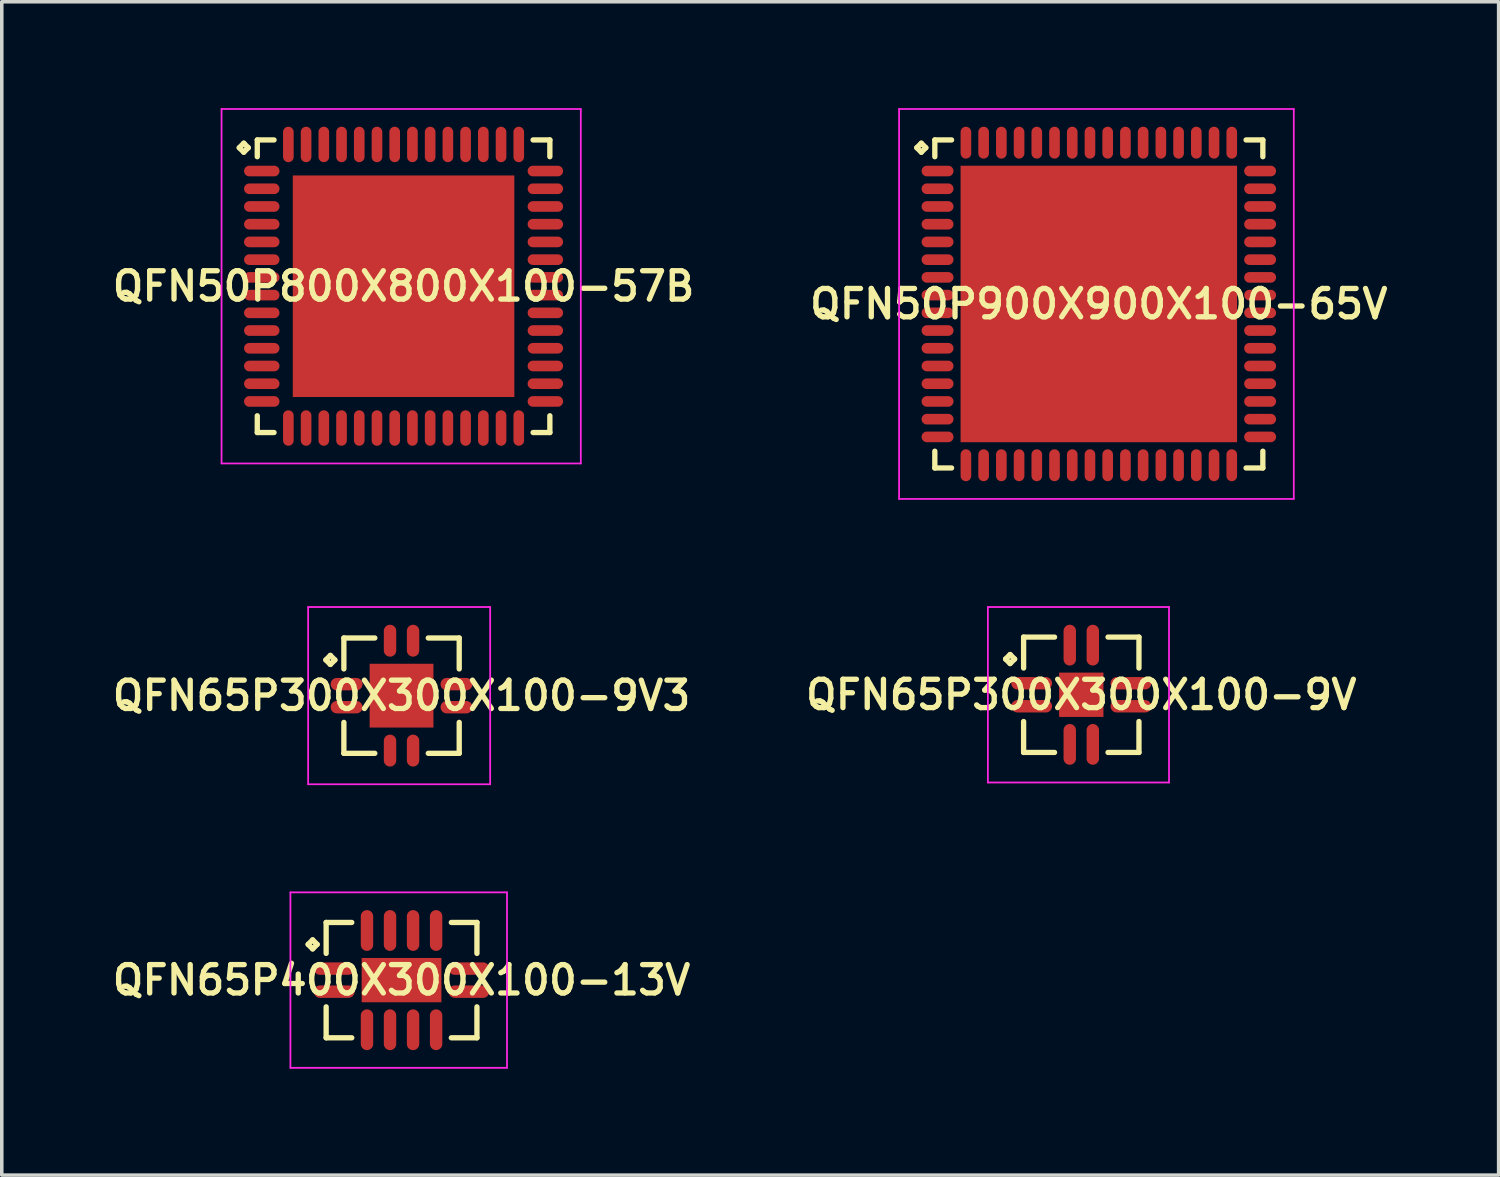
<source format=kicad_pcb>
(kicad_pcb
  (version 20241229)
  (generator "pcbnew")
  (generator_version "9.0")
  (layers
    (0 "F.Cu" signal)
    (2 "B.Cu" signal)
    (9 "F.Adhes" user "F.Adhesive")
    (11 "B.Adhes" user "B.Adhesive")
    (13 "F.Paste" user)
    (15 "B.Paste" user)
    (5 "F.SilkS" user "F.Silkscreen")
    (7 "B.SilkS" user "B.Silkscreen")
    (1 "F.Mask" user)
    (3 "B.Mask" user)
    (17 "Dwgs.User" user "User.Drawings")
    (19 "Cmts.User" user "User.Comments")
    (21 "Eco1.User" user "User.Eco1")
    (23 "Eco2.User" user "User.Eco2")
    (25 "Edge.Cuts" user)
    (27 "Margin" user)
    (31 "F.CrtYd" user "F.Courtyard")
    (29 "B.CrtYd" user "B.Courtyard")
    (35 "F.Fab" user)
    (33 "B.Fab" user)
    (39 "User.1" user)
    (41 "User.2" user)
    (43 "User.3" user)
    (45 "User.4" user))
  (footprint "QFN65P300X300X100-9V3"
    (layer "F.Cu")
    (at 8.278 16.575)
    (property "Reference" "QFN65P300X300X100-9V3" (at 0 0 0) (layer "F.SilkS") (effects (font (size 0.8 0.8) (thickness 0.15))))
    (attr smd)
    (fp_line (start -2.135 -1.008) (end -2.008 -1.135) (stroke (width 0.15) (type solid)) (layer "F.SilkS"))
    (fp_line (start -2.008 -1.135) (end -1.881 -1.008) (stroke (width 0.15) (type solid)) (layer "F.SilkS"))
    (fp_line (start -2.008 -0.881) (end -2.135 -1.008) (stroke (width 0.15) (type solid)) (layer "F.SilkS"))
    (fp_line (start -1.881 -1.008) (end -2.008 -0.881) (stroke (width 0.15) (type solid)) (layer "F.SilkS"))
    (fp_line (start -1.627 -1.627) (end -0.754 -1.627) (stroke (width 0.15) (type solid)) (layer "F.SilkS"))
    (fp_line (start -1.627 -0.754) (end -1.627 -1.627) (stroke (width 0.15) (type solid)) (layer "F.SilkS"))
    (fp_line (start -1.627 0.754) (end -1.627 1.627) (stroke (width 0.15) (type solid)) (layer "F.SilkS"))
    (fp_line (start -1.627 1.627) (end -0.754 1.627) (stroke (width 0.15) (type solid)) (layer "F.SilkS"))
    (fp_line (start 0.754 -1.627) (end 1.627 -1.627) (stroke (width 0.15) (type solid)) (layer "F.SilkS"))
    (fp_line (start 0.754 1.627) (end 1.627 1.627) (stroke (width 0.15) (type solid)) (layer "F.SilkS"))
    (fp_line (start 1.627 -1.627) (end 1.627 -0.754) (stroke (width 0.15) (type solid)) (layer "F.SilkS"))
    (fp_line (start 1.627 1.627) (end 1.627 0.754) (stroke (width 0.15) (type solid)) (layer "F.SilkS"))
    (fp_line (start -2.635 -2.5) (end 2.5 -2.5) (stroke (width 0.05) (type solid)) (layer "F.CrtYd"))
    (fp_line (start -2.635 2.5) (end -2.635 -2.5) (stroke (width 0.05) (type solid)) (layer "F.CrtYd"))
    (fp_line (start 2.5 -2.5) (end 2.5 2.5) (stroke (width 0.05) (type solid)) (layer "F.CrtYd"))
    (fp_line (start 2.5 2.5) (end -2.635 2.5) (stroke (width 0.05) (type solid)) (layer "F.CrtYd"))
    (pad "1" smd oval (at -1.55 -0.325) (size 0.9 0.35) (layers "F.Cu" "F.Mask" "F.Paste"))
    (pad "2" smd oval (at -1.55 0.325) (size 0.9 0.35) (layers "F.Cu" "F.Mask" "F.Paste"))
    (pad "3" smd oval (at -0.325 1.55) (size 0.35 0.9) (layers "F.Cu" "F.Mask" "F.Paste"))
    (pad "4" smd oval (at 0.325 1.55) (size 0.35 0.9) (layers "F.Cu" "F.Mask" "F.Paste"))
    (pad "5" smd oval (at 1.55 0.325) (size 0.9 0.35) (layers "F.Cu" "F.Mask" "F.Paste"))
    (pad "6" smd oval (at 1.55 -0.325) (size 0.9 0.35) (layers "F.Cu" "F.Mask" "F.Paste"))
    (pad "7" smd oval (at 0.325 -1.55) (size 0.35 0.9) (layers "F.Cu" "F.Mask" "F.Paste"))
    (pad "8" smd oval (at -0.325 -1.55) (size 0.35 0.9) (layers "F.Cu" "F.Mask" "F.Paste"))
    (pad "9" smd rect (at 0 0) (size 1.8 1.8) (layers "F.Cu" "F.Mask" "F.Paste")))
  (footprint "QFN65P300X300X100-9V"
    (layer "F.Cu")
    (at 27.454 16.55)
    (property "Reference" "QFN65P300X300X100-9V" (at 0 0 0) (layer "F.SilkS") (effects (font (size 0.8 0.8) (thickness 0.15))))
    (attr smd)
    (fp_line (start -2.135 -1.008) (end -2.008 -1.135) (stroke (width 0.15) (type solid)) (layer "F.SilkS"))
    (fp_line (start -2.008 -1.135) (end -1.881 -1.008) (stroke (width 0.15) (type solid)) (layer "F.SilkS"))
    (fp_line (start -2.008 -0.881) (end -2.135 -1.008) (stroke (width 0.15) (type solid)) (layer "F.SilkS"))
    (fp_line (start -1.881 -1.008) (end -2.008 -0.881) (stroke (width 0.15) (type solid)) (layer "F.SilkS"))
    (fp_line (start -1.627 -1.627) (end -0.754 -1.627) (stroke (width 0.15) (type solid)) (layer "F.SilkS"))
    (fp_line (start -1.627 -0.754) (end -1.627 -1.627) (stroke (width 0.15) (type solid)) (layer "F.SilkS"))
    (fp_line (start -1.627 0.754) (end -1.627 1.627) (stroke (width 0.15) (type solid)) (layer "F.SilkS"))
    (fp_line (start -1.627 1.627) (end -0.754 1.627) (stroke (width 0.15) (type solid)) (layer "F.SilkS"))
    (fp_line (start 0.754 -1.627) (end 1.627 -1.627) (stroke (width 0.15) (type solid)) (layer "F.SilkS"))
    (fp_line (start 0.754 1.627) (end 1.627 1.627) (stroke (width 0.15) (type solid)) (layer "F.SilkS"))
    (fp_line (start 1.627 -1.627) (end 1.627 -0.754) (stroke (width 0.15) (type solid)) (layer "F.SilkS"))
    (fp_line (start 1.627 1.627) (end 1.627 0.754) (stroke (width 0.15) (type solid)) (layer "F.SilkS"))
    (fp_line (start -2.635 -2.475) (end 2.475 -2.475) (stroke (width 0.05) (type solid)) (layer "F.CrtYd"))
    (fp_line (start -2.635 2.475) (end -2.635 -2.475) (stroke (width 0.05) (type solid)) (layer "F.CrtYd"))
    (fp_line (start 2.475 -2.475) (end 2.475 2.475) (stroke (width 0.05) (type solid)) (layer "F.CrtYd"))
    (fp_line (start 2.475 2.475) (end -2.635 2.475) (stroke (width 0.05) (type solid)) (layer "F.CrtYd"))
    (pad "1" smd oval (at -1.4 -0.325) (size 1.15 0.35) (layers "F.Cu" "F.Mask" "F.Paste"))
    (pad "2" smd oval (at -1.4 0.325) (size 1.15 0.35) (layers "F.Cu" "F.Mask" "F.Paste"))
    (pad "3" smd oval (at -0.325 1.4) (size 0.35 1.15) (layers "F.Cu" "F.Mask" "F.Paste"))
    (pad "4" smd oval (at 0.325 1.4) (size 0.35 1.15) (layers "F.Cu" "F.Mask" "F.Paste"))
    (pad "5" smd oval (at 1.4 0.325) (size 1.15 0.35) (layers "F.Cu" "F.Mask" "F.Paste"))
    (pad "6" smd oval (at 1.4 -0.325) (size 1.15 0.35) (layers "F.Cu" "F.Mask" "F.Paste"))
    (pad "7" smd oval (at 0.325 -1.4) (size 0.35 1.15) (layers "F.Cu" "F.Mask" "F.Paste"))
    (pad "8" smd oval (at -0.325 -1.4) (size 0.35 1.15) (layers "F.Cu" "F.Mask" "F.Paste"))
    (pad "9" smd rect (at 0 0) (size 1.25 1.25) (layers "F.Cu" "F.Mask" "F.Paste")))
  (footprint "QFN50P900X900X100-65V"
    (layer "F.Cu")
    (at 27.949 5.525)
    (property "Reference" "QFN50P900X900X100-65V" (at 0 0 0) (layer "F.SilkS") (effects (font (size 0.8 0.8) (thickness 0.15))))
    (attr smd)
    (fp_line (start -5.135 -4.408) (end -5.008 -4.535) (stroke (width 0.15) (type solid)) (layer "F.SilkS"))
    (fp_line (start -5.008 -4.535) (end -4.881 -4.408) (stroke (width 0.15) (type solid)) (layer "F.SilkS"))
    (fp_line (start -5.008 -4.281) (end -5.135 -4.408) (stroke (width 0.15) (type solid)) (layer "F.SilkS"))
    (fp_line (start -4.881 -4.408) (end -5.008 -4.281) (stroke (width 0.15) (type solid)) (layer "F.SilkS"))
    (fp_line (start -4.627 -4.627) (end -4.154 -4.627) (stroke (width 0.15) (type solid)) (layer "F.SilkS"))
    (fp_line (start -4.627 -4.154) (end -4.627 -4.627) (stroke (width 0.15) (type solid)) (layer "F.SilkS"))
    (fp_line (start -4.627 4.154) (end -4.627 4.627) (stroke (width 0.15) (type solid)) (layer "F.SilkS"))
    (fp_line (start -4.627 4.627) (end -4.154 4.627) (stroke (width 0.15) (type solid)) (layer "F.SilkS"))
    (fp_line (start 4.154 -4.627) (end 4.627 -4.627) (stroke (width 0.15) (type solid)) (layer "F.SilkS"))
    (fp_line (start 4.154 4.627) (end 4.627 4.627) (stroke (width 0.15) (type solid)) (layer "F.SilkS"))
    (fp_line (start 4.627 -4.627) (end 4.627 -4.154) (stroke (width 0.15) (type solid)) (layer "F.SilkS"))
    (fp_line (start 4.627 4.627) (end 4.627 4.154) (stroke (width 0.15) (type solid)) (layer "F.SilkS"))
    (fp_line (start -5.635 -5.5) (end 5.5 -5.5) (stroke (width 0.05) (type solid)) (layer "F.CrtYd"))
    (fp_line (start -5.635 5.5) (end -5.635 -5.5) (stroke (width 0.05) (type solid)) (layer "F.CrtYd"))
    (fp_line (start 5.5 -5.5) (end 5.5 5.5) (stroke (width 0.05) (type solid)) (layer "F.CrtYd"))
    (fp_line (start 5.5 5.5) (end -5.635 5.5) (stroke (width 0.05) (type solid)) (layer "F.CrtYd"))
    (pad "1" smd oval (at -4.55 -3.75) (size 0.9 0.3) (layers "F.Cu" "F.Mask" "F.Paste"))
    (pad "2" smd oval (at -4.55 -3.25) (size 0.9 0.3) (layers "F.Cu" "F.Mask" "F.Paste"))
    (pad "3" smd oval (at -4.55 -2.75) (size 0.9 0.3) (layers "F.Cu" "F.Mask" "F.Paste"))
    (pad "4" smd oval (at -4.55 -2.25) (size 0.9 0.3) (layers "F.Cu" "F.Mask" "F.Paste"))
    (pad "5" smd oval (at -4.55 -1.75) (size 0.9 0.3) (layers "F.Cu" "F.Mask" "F.Paste"))
    (pad "6" smd oval (at -4.55 -1.25) (size 0.9 0.3) (layers "F.Cu" "F.Mask" "F.Paste"))
    (pad "7" smd oval (at -4.55 -0.75) (size 0.9 0.3) (layers "F.Cu" "F.Mask" "F.Paste"))
    (pad "8" smd oval (at -4.55 -0.25) (size 0.9 0.3) (layers "F.Cu" "F.Mask" "F.Paste"))
    (pad "9" smd oval (at -4.55 0.25) (size 0.9 0.3) (layers "F.Cu" "F.Mask" "F.Paste"))
    (pad "10" smd oval (at -4.55 0.75) (size 0.9 0.3) (layers "F.Cu" "F.Mask" "F.Paste"))
    (pad "11" smd oval (at -4.55 1.25) (size 0.9 0.3) (layers "F.Cu" "F.Mask" "F.Paste"))
    (pad "12" smd oval (at -4.55 1.75) (size 0.9 0.3) (layers "F.Cu" "F.Mask" "F.Paste"))
    (pad "13" smd oval (at -4.55 2.25) (size 0.9 0.3) (layers "F.Cu" "F.Mask" "F.Paste"))
    (pad "14" smd oval (at -4.55 2.75) (size 0.9 0.3) (layers "F.Cu" "F.Mask" "F.Paste"))
    (pad "15" smd oval (at -4.55 3.25) (size 0.9 0.3) (layers "F.Cu" "F.Mask" "F.Paste"))
    (pad "16" smd oval (at -4.55 3.75) (size 0.9 0.3) (layers "F.Cu" "F.Mask" "F.Paste"))
    (pad "17" smd oval (at -3.75 4.55) (size 0.3 0.9) (layers "F.Cu" "F.Mask" "F.Paste"))
    (pad "18" smd oval (at -3.25 4.55) (size 0.3 0.9) (layers "F.Cu" "F.Mask" "F.Paste"))
    (pad "19" smd oval (at -2.75 4.55) (size 0.3 0.9) (layers "F.Cu" "F.Mask" "F.Paste"))
    (pad "20" smd oval (at -2.25 4.55) (size 0.3 0.9) (layers "F.Cu" "F.Mask" "F.Paste"))
    (pad "21" smd oval (at -1.75 4.55) (size 0.3 0.9) (layers "F.Cu" "F.Mask" "F.Paste"))
    (pad "22" smd oval (at -1.25 4.55) (size 0.3 0.9) (layers "F.Cu" "F.Mask" "F.Paste"))
    (pad "23" smd oval (at -0.75 4.55) (size 0.3 0.9) (layers "F.Cu" "F.Mask" "F.Paste"))
    (pad "24" smd oval (at -0.25 4.55) (size 0.3 0.9) (layers "F.Cu" "F.Mask" "F.Paste"))
    (pad "25" smd oval (at 0.25 4.55) (size 0.3 0.9) (layers "F.Cu" "F.Mask" "F.Paste"))
    (pad "26" smd oval (at 0.75 4.55) (size 0.3 0.9) (layers "F.Cu" "F.Mask" "F.Paste"))
    (pad "27" smd oval (at 1.25 4.55) (size 0.3 0.9) (layers "F.Cu" "F.Mask" "F.Paste"))
    (pad "28" smd oval (at 1.75 4.55) (size 0.3 0.9) (layers "F.Cu" "F.Mask" "F.Paste"))
    (pad "29" smd oval (at 2.25 4.55) (size 0.3 0.9) (layers "F.Cu" "F.Mask" "F.Paste"))
    (pad "30" smd oval (at 2.75 4.55) (size 0.3 0.9) (layers "F.Cu" "F.Mask" "F.Paste"))
    (pad "31" smd oval (at 3.25 4.55) (size 0.3 0.9) (layers "F.Cu" "F.Mask" "F.Paste"))
    (pad "32" smd oval (at 3.75 4.55) (size 0.3 0.9) (layers "F.Cu" "F.Mask" "F.Paste"))
    (pad "33" smd oval (at 4.55 3.75) (size 0.9 0.3) (layers "F.Cu" "F.Mask" "F.Paste"))
    (pad "34" smd oval (at 4.55 3.25) (size 0.9 0.3) (layers "F.Cu" "F.Mask" "F.Paste"))
    (pad "35" smd oval (at 4.55 2.75) (size 0.9 0.3) (layers "F.Cu" "F.Mask" "F.Paste"))
    (pad "36" smd oval (at 4.55 2.25) (size 0.9 0.3) (layers "F.Cu" "F.Mask" "F.Paste"))
    (pad "37" smd oval (at 4.55 1.75) (size 0.9 0.3) (layers "F.Cu" "F.Mask" "F.Paste"))
    (pad "38" smd oval (at 4.55 1.25) (size 0.9 0.3) (layers "F.Cu" "F.Mask" "F.Paste"))
    (pad "39" smd oval (at 4.55 0.75) (size 0.9 0.3) (layers "F.Cu" "F.Mask" "F.Paste"))
    (pad "40" smd oval (at 4.55 0.25) (size 0.9 0.3) (layers "F.Cu" "F.Mask" "F.Paste"))
    (pad "41" smd oval (at 4.55 -0.25) (size 0.9 0.3) (layers "F.Cu" "F.Mask" "F.Paste"))
    (pad "42" smd oval (at 4.55 -0.75) (size 0.9 0.3) (layers "F.Cu" "F.Mask" "F.Paste"))
    (pad "43" smd oval (at 4.55 -1.25) (size 0.9 0.3) (layers "F.Cu" "F.Mask" "F.Paste"))
    (pad "44" smd oval (at 4.55 -1.75) (size 0.9 0.3) (layers "F.Cu" "F.Mask" "F.Paste"))
    (pad "45" smd oval (at 4.55 -2.25) (size 0.9 0.3) (layers "F.Cu" "F.Mask" "F.Paste"))
    (pad "46" smd oval (at 4.55 -2.75) (size 0.9 0.3) (layers "F.Cu" "F.Mask" "F.Paste"))
    (pad "47" smd oval (at 4.55 -3.25) (size 0.9 0.3) (layers "F.Cu" "F.Mask" "F.Paste"))
    (pad "48" smd oval (at 4.55 -3.75) (size 0.9 0.3) (layers "F.Cu" "F.Mask" "F.Paste"))
    (pad "49" smd oval (at 3.75 -4.55) (size 0.3 0.9) (layers "F.Cu" "F.Mask" "F.Paste"))
    (pad "50" smd oval (at 3.25 -4.55) (size 0.3 0.9) (layers "F.Cu" "F.Mask" "F.Paste"))
    (pad "51" smd oval (at 2.75 -4.55) (size 0.3 0.9) (layers "F.Cu" "F.Mask" "F.Paste"))
    (pad "52" smd oval (at 2.25 -4.55) (size 0.3 0.9) (layers "F.Cu" "F.Mask" "F.Paste"))
    (pad "53" smd oval (at 1.75 -4.55) (size 0.3 0.9) (layers "F.Cu" "F.Mask" "F.Paste"))
    (pad "54" smd oval (at 1.25 -4.55) (size 0.3 0.9) (layers "F.Cu" "F.Mask" "F.Paste"))
    (pad "55" smd oval (at 0.75 -4.55) (size 0.3 0.9) (layers "F.Cu" "F.Mask" "F.Paste"))
    (pad "56" smd oval (at 0.25 -4.55) (size 0.3 0.9) (layers "F.Cu" "F.Mask" "F.Paste"))
    (pad "57" smd oval (at -0.25 -4.55) (size 0.3 0.9) (layers "F.Cu" "F.Mask" "F.Paste"))
    (pad "58" smd oval (at -0.75 -4.55) (size 0.3 0.9) (layers "F.Cu" "F.Mask" "F.Paste"))
    (pad "59" smd oval (at -1.25 -4.55) (size 0.3 0.9) (layers "F.Cu" "F.Mask" "F.Paste"))
    (pad "60" smd oval (at -1.75 -4.55) (size 0.3 0.9) (layers "F.Cu" "F.Mask" "F.Paste"))
    (pad "61" smd oval (at -2.25 -4.55) (size 0.3 0.9) (layers "F.Cu" "F.Mask" "F.Paste"))
    (pad "62" smd oval (at -2.75 -4.55) (size 0.3 0.9) (layers "F.Cu" "F.Mask" "F.Paste"))
    (pad "63" smd oval (at -3.25 -4.55) (size 0.3 0.9) (layers "F.Cu" "F.Mask" "F.Paste"))
    (pad "64" smd oval (at -3.75 -4.55) (size 0.3 0.9) (layers "F.Cu" "F.Mask" "F.Paste"))
    (pad "65" smd rect (at 0 0) (size 7.8 7.8) (layers "F.Cu" "F.Mask" "F.Paste")))
  (footprint "QFN65P400X300X100-13V"
    (layer "F.Cu")
    (at 8.278 24.6)
    (property "Reference" "QFN65P400X300X100-13V" (at 0 0 0) (layer "F.SilkS") (effects (font (size 0.8 0.8) (thickness 0.15))))
    (attr smd)
    (fp_line (start -2.635 -1.008) (end -2.508 -1.135) (stroke (width 0.15) (type solid)) (layer "F.SilkS"))
    (fp_line (start -2.508 -1.135) (end -2.381 -1.008) (stroke (width 0.15) (type solid)) (layer "F.SilkS"))
    (fp_line (start -2.508 -0.881) (end -2.635 -1.008) (stroke (width 0.15) (type solid)) (layer "F.SilkS"))
    (fp_line (start -2.381 -1.008) (end -2.508 -0.881) (stroke (width 0.15) (type solid)) (layer "F.SilkS"))
    (fp_line (start -2.127 -1.627) (end -1.404 -1.627) (stroke (width 0.15) (type solid)) (layer "F.SilkS"))
    (fp_line (start -2.127 -0.754) (end -2.127 -1.627) (stroke (width 0.15) (type solid)) (layer "F.SilkS"))
    (fp_line (start -2.127 0.754) (end -2.127 1.627) (stroke (width 0.15) (type solid)) (layer "F.SilkS"))
    (fp_line (start -2.127 1.627) (end -1.404 1.627) (stroke (width 0.15) (type solid)) (layer "F.SilkS"))
    (fp_line (start 1.404 -1.627) (end 2.127 -1.627) (stroke (width 0.15) (type solid)) (layer "F.SilkS"))
    (fp_line (start 1.404 1.627) (end 2.127 1.627) (stroke (width 0.15) (type solid)) (layer "F.SilkS"))
    (fp_line (start 2.127 -1.627) (end 2.127 -0.754) (stroke (width 0.15) (type solid)) (layer "F.SilkS"))
    (fp_line (start 2.127 1.627) (end 2.127 0.754) (stroke (width 0.15) (type solid)) (layer "F.SilkS"))
    (fp_line (start -3.135 -2.475) (end 2.975 -2.475) (stroke (width 0.05) (type solid)) (layer "F.CrtYd"))
    (fp_line (start -3.135 2.475) (end -3.135 -2.475) (stroke (width 0.05) (type solid)) (layer "F.CrtYd"))
    (fp_line (start 2.975 -2.475) (end 2.975 2.475) (stroke (width 0.05) (type solid)) (layer "F.CrtYd"))
    (fp_line (start 2.975 2.475) (end -3.135 2.475) (stroke (width 0.05) (type solid)) (layer "F.CrtYd"))
    (pad "1" smd oval (at -1.9 -0.325) (size 1.15 0.35) (layers "F.Cu" "F.Mask" "F.Paste"))
    (pad "2" smd oval (at -1.9 0.325) (size 1.15 0.35) (layers "F.Cu" "F.Mask" "F.Paste"))
    (pad "3" smd oval (at -0.975 1.4) (size 0.35 1.15) (layers "F.Cu" "F.Mask" "F.Paste"))
    (pad "4" smd oval (at -0.325 1.4) (size 0.35 1.15) (layers "F.Cu" "F.Mask" "F.Paste"))
    (pad "5" smd oval (at 0.325 1.4) (size 0.35 1.15) (layers "F.Cu" "F.Mask" "F.Paste"))
    (pad "6" smd oval (at 0.975 1.4) (size 0.35 1.15) (layers "F.Cu" "F.Mask" "F.Paste"))
    (pad "7" smd oval (at 1.9 0.325) (size 1.15 0.35) (layers "F.Cu" "F.Mask" "F.Paste"))
    (pad "8" smd oval (at 1.9 -0.325) (size 1.15 0.35) (layers "F.Cu" "F.Mask" "F.Paste"))
    (pad "9" smd oval (at 0.975 -1.4) (size 0.35 1.15) (layers "F.Cu" "F.Mask" "F.Paste"))
    (pad "10" smd oval (at 0.325 -1.4) (size 0.35 1.15) (layers "F.Cu" "F.Mask" "F.Paste"))
    (pad "11" smd oval (at -0.325 -1.4) (size 0.35 1.15) (layers "F.Cu" "F.Mask" "F.Paste"))
    (pad "12" smd oval (at -0.975 -1.4) (size 0.35 1.15) (layers "F.Cu" "F.Mask" "F.Paste"))
    (pad "13" smd rect (at 0 0) (size 2.25 1.25) (layers "F.Cu" "F.Mask" "F.Paste")))
  (footprint "QFN50P800X800X100-57B"
    (layer "F.Cu")
    (at 8.335 5.025)
    (property "Reference" "QFN50P800X800X100-57B" (at 0 0 0) (layer "F.SilkS") (effects (font (size 0.8 0.8) (thickness 0.15))))
    (attr smd)
    (fp_line (start -4.635 -3.908) (end -4.508 -4.035) (stroke (width 0.15) (type solid)) (layer "F.SilkS"))
    (fp_line (start -4.508 -4.035) (end -4.381 -3.908) (stroke (width 0.15) (type solid)) (layer "F.SilkS"))
    (fp_line (start -4.508 -3.781) (end -4.635 -3.908) (stroke (width 0.15) (type solid)) (layer "F.SilkS"))
    (fp_line (start -4.381 -3.908) (end -4.508 -3.781) (stroke (width 0.15) (type solid)) (layer "F.SilkS"))
    (fp_line (start -4.127 -4.127) (end -3.654 -4.127) (stroke (width 0.15) (type solid)) (layer "F.SilkS"))
    (fp_line (start -4.127 -3.654) (end -4.127 -4.127) (stroke (width 0.15) (type solid)) (layer "F.SilkS"))
    (fp_line (start -4.127 3.654) (end -4.127 4.127) (stroke (width 0.15) (type solid)) (layer "F.SilkS"))
    (fp_line (start -4.127 4.127) (end -3.654 4.127) (stroke (width 0.15) (type solid)) (layer "F.SilkS"))
    (fp_line (start 3.654 -4.127) (end 4.127 -4.127) (stroke (width 0.15) (type solid)) (layer "F.SilkS"))
    (fp_line (start 3.654 4.127) (end 4.127 4.127) (stroke (width 0.15) (type solid)) (layer "F.SilkS"))
    (fp_line (start 4.127 -4.127) (end 4.127 -3.654) (stroke (width 0.15) (type solid)) (layer "F.SilkS"))
    (fp_line (start 4.127 4.127) (end 4.127 3.654) (stroke (width 0.15) (type solid)) (layer "F.SilkS"))
    (fp_line (start -5.135 -5) (end 5 -5) (stroke (width 0.05) (type solid)) (layer "F.CrtYd"))
    (fp_line (start -5.135 5) (end -5.135 -5) (stroke (width 0.05) (type solid)) (layer "F.CrtYd"))
    (fp_line (start 5 -5) (end 5 5) (stroke (width 0.05) (type solid)) (layer "F.CrtYd"))
    (fp_line (start 5 5) (end -5.135 5) (stroke (width 0.05) (type solid)) (layer "F.CrtYd"))
    (pad "1" smd oval (at -4 -3.25) (size 1 0.3) (layers "F.Cu" "F.Mask" "F.Paste"))
    (pad "2" smd oval (at -4 -2.75) (size 1 0.3) (layers "F.Cu" "F.Mask" "F.Paste"))
    (pad "3" smd oval (at -4 -2.25) (size 1 0.3) (layers "F.Cu" "F.Mask" "F.Paste"))
    (pad "4" smd oval (at -4 -1.75) (size 1 0.3) (layers "F.Cu" "F.Mask" "F.Paste"))
    (pad "5" smd oval (at -4 -1.25) (size 1 0.3) (layers "F.Cu" "F.Mask" "F.Paste"))
    (pad "6" smd oval (at -4 -0.75) (size 1 0.3) (layers "F.Cu" "F.Mask" "F.Paste"))
    (pad "7" smd oval (at -4 -0.25) (size 1 0.3) (layers "F.Cu" "F.Mask" "F.Paste"))
    (pad "8" smd oval (at -4 0.25) (size 1 0.3) (layers "F.Cu" "F.Mask" "F.Paste"))
    (pad "9" smd oval (at -4 0.75) (size 1 0.3) (layers "F.Cu" "F.Mask" "F.Paste"))
    (pad "10" smd oval (at -4 1.25) (size 1 0.3) (layers "F.Cu" "F.Mask" "F.Paste"))
    (pad "11" smd oval (at -4 1.75) (size 1 0.3) (layers "F.Cu" "F.Mask" "F.Paste"))
    (pad "12" smd oval (at -4 2.25) (size 1 0.3) (layers "F.Cu" "F.Mask" "F.Paste"))
    (pad "13" smd oval (at -4 2.75) (size 1 0.3) (layers "F.Cu" "F.Mask" "F.Paste"))
    (pad "14" smd oval (at -4 3.25) (size 1 0.3) (layers "F.Cu" "F.Mask" "F.Paste"))
    (pad "15" smd oval (at -3.25 4) (size 0.3 1) (layers "F.Cu" "F.Mask" "F.Paste"))
    (pad "16" smd oval (at -2.75 4) (size 0.3 1) (layers "F.Cu" "F.Mask" "F.Paste"))
    (pad "17" smd oval (at -2.25 4) (size 0.3 1) (layers "F.Cu" "F.Mask" "F.Paste"))
    (pad "18" smd oval (at -1.75 4) (size 0.3 1) (layers "F.Cu" "F.Mask" "F.Paste"))
    (pad "19" smd oval (at -1.25 4) (size 0.3 1) (layers "F.Cu" "F.Mask" "F.Paste"))
    (pad "20" smd oval (at -0.75 4) (size 0.3 1) (layers "F.Cu" "F.Mask" "F.Paste"))
    (pad "21" smd oval (at -0.25 4) (size 0.3 1) (layers "F.Cu" "F.Mask" "F.Paste"))
    (pad "22" smd oval (at 0.25 4) (size 0.3 1) (layers "F.Cu" "F.Mask" "F.Paste"))
    (pad "23" smd oval (at 0.75 4) (size 0.3 1) (layers "F.Cu" "F.Mask" "F.Paste"))
    (pad "24" smd oval (at 1.25 4) (size 0.3 1) (layers "F.Cu" "F.Mask" "F.Paste"))
    (pad "25" smd oval (at 1.75 4) (size 0.3 1) (layers "F.Cu" "F.Mask" "F.Paste"))
    (pad "26" smd oval (at 2.25 4) (size 0.3 1) (layers "F.Cu" "F.Mask" "F.Paste"))
    (pad "27" smd oval (at 2.75 4) (size 0.3 1) (layers "F.Cu" "F.Mask" "F.Paste"))
    (pad "28" smd oval (at 3.25 4) (size 0.3 1) (layers "F.Cu" "F.Mask" "F.Paste"))
    (pad "29" smd oval (at 4 3.25) (size 1 0.3) (layers "F.Cu" "F.Mask" "F.Paste"))
    (pad "30" smd oval (at 4 2.75) (size 1 0.3) (layers "F.Cu" "F.Mask" "F.Paste"))
    (pad "31" smd oval (at 4 2.25) (size 1 0.3) (layers "F.Cu" "F.Mask" "F.Paste"))
    (pad "32" smd oval (at 4 1.75) (size 1 0.3) (layers "F.Cu" "F.Mask" "F.Paste"))
    (pad "33" smd oval (at 4 1.25) (size 1 0.3) (layers "F.Cu" "F.Mask" "F.Paste"))
    (pad "34" smd oval (at 4 0.75) (size 1 0.3) (layers "F.Cu" "F.Mask" "F.Paste"))
    (pad "35" smd oval (at 4 0.25) (size 1 0.3) (layers "F.Cu" "F.Mask" "F.Paste"))
    (pad "36" smd oval (at 4 -0.25) (size 1 0.3) (layers "F.Cu" "F.Mask" "F.Paste"))
    (pad "37" smd oval (at 4 -0.75) (size 1 0.3) (layers "F.Cu" "F.Mask" "F.Paste"))
    (pad "38" smd oval (at 4 -1.25) (size 1 0.3) (layers "F.Cu" "F.Mask" "F.Paste"))
    (pad "39" smd oval (at 4 -1.75) (size 1 0.3) (layers "F.Cu" "F.Mask" "F.Paste"))
    (pad "40" smd oval (at 4 -2.25) (size 1 0.3) (layers "F.Cu" "F.Mask" "F.Paste"))
    (pad "41" smd oval (at 4 -2.75) (size 1 0.3) (layers "F.Cu" "F.Mask" "F.Paste"))
    (pad "42" smd oval (at 4 -3.25) (size 1 0.3) (layers "F.Cu" "F.Mask" "F.Paste"))
    (pad "43" smd oval (at 3.25 -4) (size 0.3 1) (layers "F.Cu" "F.Mask" "F.Paste"))
    (pad "44" smd oval (at 2.75 -4) (size 0.3 1) (layers "F.Cu" "F.Mask" "F.Paste"))
    (pad "45" smd oval (at 2.25 -4) (size 0.3 1) (layers "F.Cu" "F.Mask" "F.Paste"))
    (pad "46" smd oval (at 1.75 -4) (size 0.3 1) (layers "F.Cu" "F.Mask" "F.Paste"))
    (pad "47" smd oval (at 1.25 -4) (size 0.3 1) (layers "F.Cu" "F.Mask" "F.Paste"))
    (pad "48" smd oval (at 0.75 -4) (size 0.3 1) (layers "F.Cu" "F.Mask" "F.Paste"))
    (pad "49" smd oval (at 0.25 -4) (size 0.3 1) (layers "F.Cu" "F.Mask" "F.Paste"))
    (pad "50" smd oval (at -0.25 -4) (size 0.3 1) (layers "F.Cu" "F.Mask" "F.Paste"))
    (pad "51" smd oval (at -0.75 -4) (size 0.3 1) (layers "F.Cu" "F.Mask" "F.Paste"))
    (pad "52" smd oval (at -1.25 -4) (size 0.3 1) (layers "F.Cu" "F.Mask" "F.Paste"))
    (pad "53" smd oval (at -1.75 -4) (size 0.3 1) (layers "F.Cu" "F.Mask" "F.Paste"))
    (pad "54" smd oval (at -2.25 -4) (size 0.3 1) (layers "F.Cu" "F.Mask" "F.Paste"))
    (pad "55" smd oval (at -2.75 -4) (size 0.3 1) (layers "F.Cu" "F.Mask" "F.Paste"))
    (pad "56" smd oval (at -3.25 -4) (size 0.3 1) (layers "F.Cu" "F.Mask" "F.Paste"))
    (pad "57" smd rect (at 0 0) (size 6.25 6.25) (layers "F.Cu" "F.Mask" "F.Paste")))
  (gr_rect
    (start -3 -3)
    (end 39.228 30.1)
    (stroke (width 0.1) (type default))
    (fill no)
    (layer "Edge.Cuts")))
</source>
